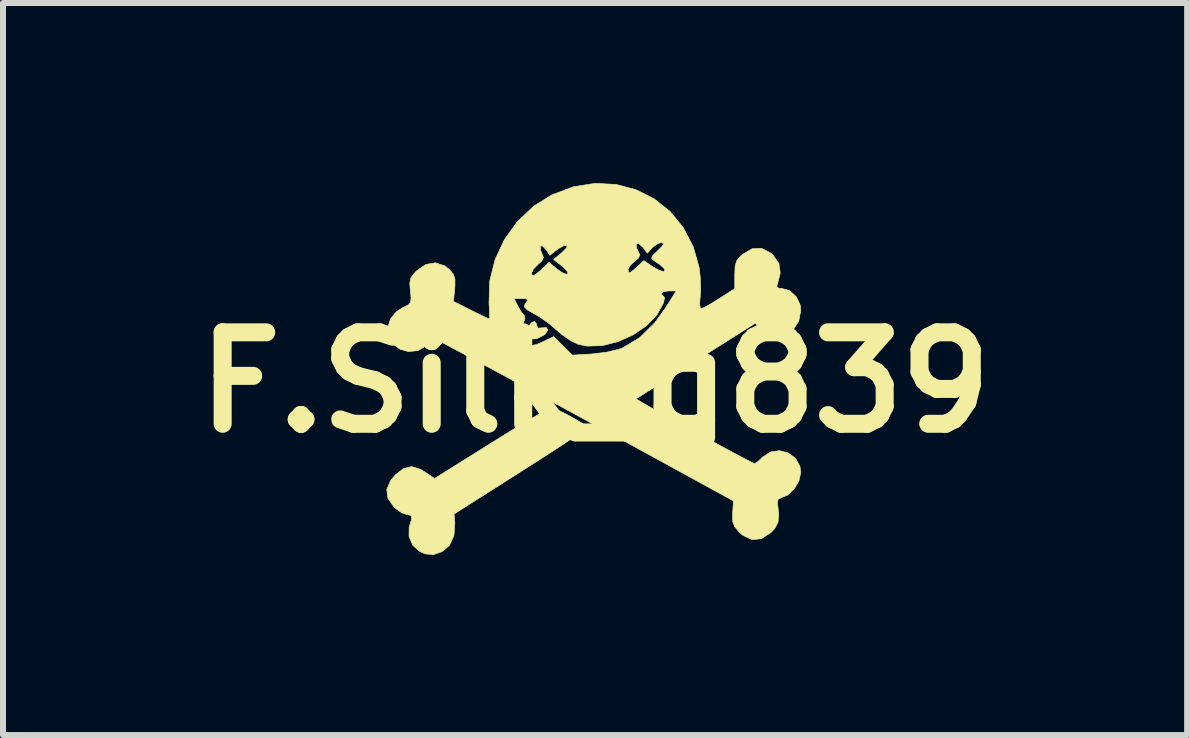
<source format=kicad_pcb>
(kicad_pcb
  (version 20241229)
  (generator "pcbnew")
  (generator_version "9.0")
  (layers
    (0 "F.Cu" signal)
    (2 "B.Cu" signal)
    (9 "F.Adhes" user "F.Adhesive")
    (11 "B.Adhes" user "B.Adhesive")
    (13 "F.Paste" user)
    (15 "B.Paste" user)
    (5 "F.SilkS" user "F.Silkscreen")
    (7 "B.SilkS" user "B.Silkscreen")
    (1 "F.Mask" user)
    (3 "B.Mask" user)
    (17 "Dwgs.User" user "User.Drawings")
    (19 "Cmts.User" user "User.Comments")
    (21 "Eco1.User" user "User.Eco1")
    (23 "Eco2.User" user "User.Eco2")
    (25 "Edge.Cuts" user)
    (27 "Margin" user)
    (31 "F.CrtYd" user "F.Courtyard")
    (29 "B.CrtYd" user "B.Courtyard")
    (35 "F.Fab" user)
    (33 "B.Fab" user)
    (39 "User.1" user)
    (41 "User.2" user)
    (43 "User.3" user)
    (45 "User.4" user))
  (footprint "F.Silk_g839"
    (layer "F.Cu")
    (at 6.865 3.322)
    (property "Reference" "F.Silk_g839" (at 0 0 0) (layer "F.SilkS") (effects (font (size 1.524 1.524) (thickness 0.3))))
    (attr through_hole)
    (fp_poly (pts (xy -0.978 -0.981) (xy -0.974 -0.95) (xy -0.948 -0.903) (xy -0.893 -0.909) (xy -0.811 -0.914) (xy -0.787 -0.873) (xy -0.828 -0.808) (xy -0.855 -0.786) (xy -0.976 -0.727) (xy -1.075 -0.723) (xy -1.134 -0.771) (xy -1.143 -0.817) (xy -1.118 -0.921) (xy -1.058 -0.997) (xy -1.008 -1.016) (xy -0.978 -0.981)) (stroke (width 0.01) (type solid)) (fill yes) (layer "F.SilkS"))
    (fp_poly (pts (xy -0.664 0.442) (xy -0.555 0.491) (xy -0.426 0.558) (xy -0.298 0.63) (xy -0.193 0.695) (xy -0.134 0.742) (xy -0.128 0.753) (xy -0.163 0.783) (xy -0.26 0.851) (xy -0.413 0.953) (xy -0.61 1.084) (xy -0.845 1.236) (xy -1.109 1.405) (xy -1.239 1.488) (xy -2.349 2.193) (xy -2.336 2.351) (xy -2.351 2.552) (xy -2.425 2.714) (xy -2.544 2.817) (xy -2.696 2.871) (xy -2.836 2.856) (xy -2.927 2.814) (xy -3.038 2.711) (xy -3.099 2.567) (xy -3.098 2.416) (xy -3.089 2.387) (xy -3.054 2.275) (xy -3.063 2.219) (xy -3.122 2.202) (xy -3.136 2.201) (xy -3.221 2.173) (xy -3.322 2.101) (xy -3.348 2.078) (xy -3.451 1.931) (xy -3.47 1.783) (xy -3.405 1.632) (xy -3.327 1.541) (xy -3.188 1.433) (xy -3.055 1.403) (xy -2.907 1.449) (xy -2.825 1.499) (xy -2.674 1.601) (xy -1.734 1.012) (xy -1.479 0.854) (xy -1.246 0.712) (xy -1.043 0.592) (xy -0.883 0.5) (xy -0.774 0.442) (xy -0.729 0.423) (xy -0.664 0.442)) (stroke (width 0.01) (type solid)) (fill yes) (layer "F.SilkS"))
    (fp_poly (pts (xy 0.35 -3.299) (xy 0.681 -3.212) (xy 0.985 -3.059) (xy 1.252 -2.847) (xy 1.472 -2.578) (xy 1.637 -2.258) (xy 1.734 -1.917) (xy 1.755 -1.733) (xy 1.76 -1.544) (xy 1.753 -1.441) (xy 1.743 -1.309) (xy 1.754 -1.236) (xy 1.766 -1.228) (xy 1.82 -1.249) (xy 1.922 -1.306) (xy 2.053 -1.387) (xy 2.068 -1.396) (xy 2.328 -1.564) (xy 2.328 -1.794) (xy 2.334 -1.936) (xy 2.36 -2.026) (xy 2.418 -2.098) (xy 2.459 -2.134) (xy 2.618 -2.227) (xy 2.773 -2.235) (xy 2.923 -2.159) (xy 2.967 -2.12) (xy 3.065 -1.979) (xy 3.086 -1.823) (xy 3.049 -1.675) (xy 3.028 -1.597) (xy 3.059 -1.569) (xy 3.114 -1.566) (xy 3.245 -1.528) (xy 3.353 -1.428) (xy 3.419 -1.29) (xy 3.429 -1.207) (xy 3.395 -1.022) (xy 3.305 -0.885) (xy 3.175 -0.802) (xy 3.021 -0.781) (xy 2.86 -0.83) (xy 2.763 -0.9) (xy 2.669 -0.986) (xy 2.15 -0.657) (xy 1.907 -0.503) (xy 1.637 -0.332) (xy 1.373 -0.164) (xy 1.156 -0.027) (xy 0.682 0.274) (xy 0.796 0.342) (xy 0.904 0.404) (xy 1.061 0.492) (xy 1.254 0.599) (xy 1.472 0.719) (xy 1.702 0.845) (xy 1.932 0.97) (xy 2.15 1.088) (xy 2.344 1.192) (xy 2.501 1.275) (xy 2.61 1.331) (xy 2.658 1.354) (xy 2.658 1.354) (xy 2.705 1.326) (xy 2.779 1.257) (xy 2.788 1.248) (xy 2.922 1.159) (xy 3.072 1.137) (xy 3.218 1.175) (xy 3.339 1.264) (xy 3.414 1.396) (xy 3.429 1.498) (xy 3.398 1.64) (xy 3.319 1.775) (xy 3.212 1.876) (xy 3.121 1.913) (xy 3.049 1.947) (xy 3.04 2.011) (xy 3.061 2.198) (xy 3.049 2.33) (xy 2.997 2.431) (xy 2.929 2.503) (xy 2.771 2.604) (xy 2.618 2.62) (xy 2.469 2.552) (xy 2.406 2.497) (xy 2.326 2.404) (xy 2.293 2.314) (xy 2.292 2.186) (xy 2.293 2.173) (xy 2.307 1.976) (xy 0.614 1.048) (xy 0.23 0.838) (xy -0.162 0.624) (xy -0.549 0.413) (xy -0.918 0.212) (xy -1.256 0.029) (xy -1.551 -0.131) (xy -1.79 -0.26) (xy -1.872 -0.304) (xy -2.665 -0.728) (xy -2.796 -0.618) (xy -2.95 -0.531) (xy -3.106 -0.513) (xy -3.248 -0.552) (xy -3.364 -0.638) (xy -3.437 -0.761) (xy -3.454 -0.91) (xy -3.408 -1.059) (xy -3.313 -1.175) (xy -3.195 -1.252) (xy -3.111 -1.292) (xy -3.072 -1.337) (xy -3.066 -1.415) (xy -3.077 -1.521) (xy -3.087 -1.653) (xy -3.07 -1.739) (xy -3.014 -1.817) (xy -2.972 -1.86) (xy -2.819 -1.966) (xy -2.658 -1.993) (xy -2.502 -1.941) (xy -2.427 -1.881) (xy -2.361 -1.802) (xy -2.334 -1.72) (xy -2.335 -1.599) (xy -2.338 -1.561) (xy -2.359 -1.35) (xy -2.069 -1.204) (xy -1.93 -1.135) (xy -1.822 -1.083) (xy -1.766 -1.059) (xy -1.763 -1.058) (xy -1.757 -1.097) (xy -1.759 -1.197) (xy -1.767 -1.324) (xy -1.764 -1.397) (xy -1.348 -1.397) (xy -1.285 -1.271) (xy -1.231 -1.177) (xy -1.184 -1.121) (xy -1.183 -1.12) (xy -1.167 -1.066) (xy -1.185 -1.016) (xy -1.226 -0.884) (xy -1.22 -0.754) (xy -1.17 -0.656) (xy -1.141 -0.634) (xy -1.066 -0.613) (xy -0.972 -0.632) (xy -0.871 -0.676) (xy -0.688 -0.764) (xy -0.379 -0.455) (xy -0.052 -0.474) (xy 0.192 -0.503) (xy 0.402 -0.554) (xy 0.471 -0.581) (xy 0.747 -0.749) (xy 0.999 -0.998) (xy 1.18 -1.25) (xy 1.352 -1.524) (xy 1.226 -1.524) (xy 1.138 -1.512) (xy 1.101 -1.482) (xy 1.101 -1.482) (xy 1.131 -1.441) (xy 1.141 -1.439) (xy 1.159 -1.405) (xy 1.139 -1.32) (xy 1.028 -1.12) (xy 0.852 -0.94) (xy 0.63 -0.79) (xy 0.379 -0.678) (xy 0.12 -0.613) (xy -0.129 -0.605) (xy -0.28 -0.635) (xy -0.403 -0.694) (xy -0.544 -0.791) (xy -0.635 -0.868) (xy -0.773 -0.986) (xy -0.922 -1.091) (xy -1.005 -1.139) (xy -1.126 -1.206) (xy -1.177 -1.258) (xy -1.167 -1.309) (xy -1.135 -1.346) (xy -1.117 -1.382) (xy -1.167 -1.396) (xy -1.216 -1.397) (xy -1.348 -1.397) (xy -1.764 -1.397) (xy -1.755 -1.688) (xy -1.722 -1.822) (xy -1.059 -1.822) (xy -1.047 -1.781) (xy -1.029 -1.778) (xy -0.982 -1.805) (xy -0.903 -1.871) (xy -0.883 -1.89) (xy -0.767 -2.001) (xy -0.634 -1.889) (xy -0.541 -1.825) (xy -0.471 -1.801) (xy -0.457 -1.804) (xy -0.459 -1.844) (xy -0.491 -1.88) (xy 0.55 -1.88) (xy 0.558 -1.831) (xy 0.591 -1.833) (xy 0.663 -1.89) (xy 0.701 -1.925) (xy 0.813 -2.029) (xy 0.964 -1.926) (xy 1.065 -1.869) (xy 1.141 -1.847) (xy 1.156 -1.85) (xy 1.159 -1.891) (xy 1.083 -1.962) (xy 0.974 -2.035) (xy 0.942 -2.07) (xy 0.965 -2.118) (xy 1.027 -2.178) (xy 1.103 -2.252) (xy 1.142 -2.3) (xy 1.143 -2.305) (xy 1.115 -2.331) (xy 1.048 -2.314) (xy 0.971 -2.262) (xy 0.95 -2.241) (xy 0.872 -2.154) (xy 0.799 -2.251) (xy 0.729 -2.313) (xy 0.687 -2.305) (xy 0.691 -2.24) (xy 0.716 -2.192) (xy 0.747 -2.124) (xy 0.723 -2.071) (xy 0.661 -2.021) (xy 0.584 -1.948) (xy 0.55 -1.882) (xy 0.55 -1.88) (xy -0.491 -1.88) (xy -0.518 -1.912) (xy -0.552 -1.94) (xy -0.69 -2.048) (xy -0.548 -2.167) (xy -0.473 -2.243) (xy -0.465 -2.283) (xy -0.511 -2.282) (xy -0.599 -2.236) (xy -0.646 -2.202) (xy -0.753 -2.118) (xy -0.816 -2.213) (xy -0.878 -2.276) (xy -0.914 -2.269) (xy -0.908 -2.202) (xy -0.887 -2.155) (xy -0.86 -2.082) (xy -0.886 -2.024) (xy -0.947 -1.97) (xy -1.023 -1.892) (xy -1.059 -1.822) (xy -1.722 -1.822) (xy -1.666 -2.045) (xy -1.509 -2.382) (xy -1.29 -2.684) (xy -1.017 -2.94) (xy -0.72 -3.125) (xy -0.36 -3.26) (xy -0.000214 -3.317) (xy 0.35 -3.299)) (stroke (width 0.01) (type solid)) (fill yes) (layer "F.SilkS")))
  (gr_rect
    (start -3 -3)
    (end 16.731 9.198)
    (stroke (width 0.1) (type default))
    (fill no)
    (layer "Edge.Cuts")))
</source>
